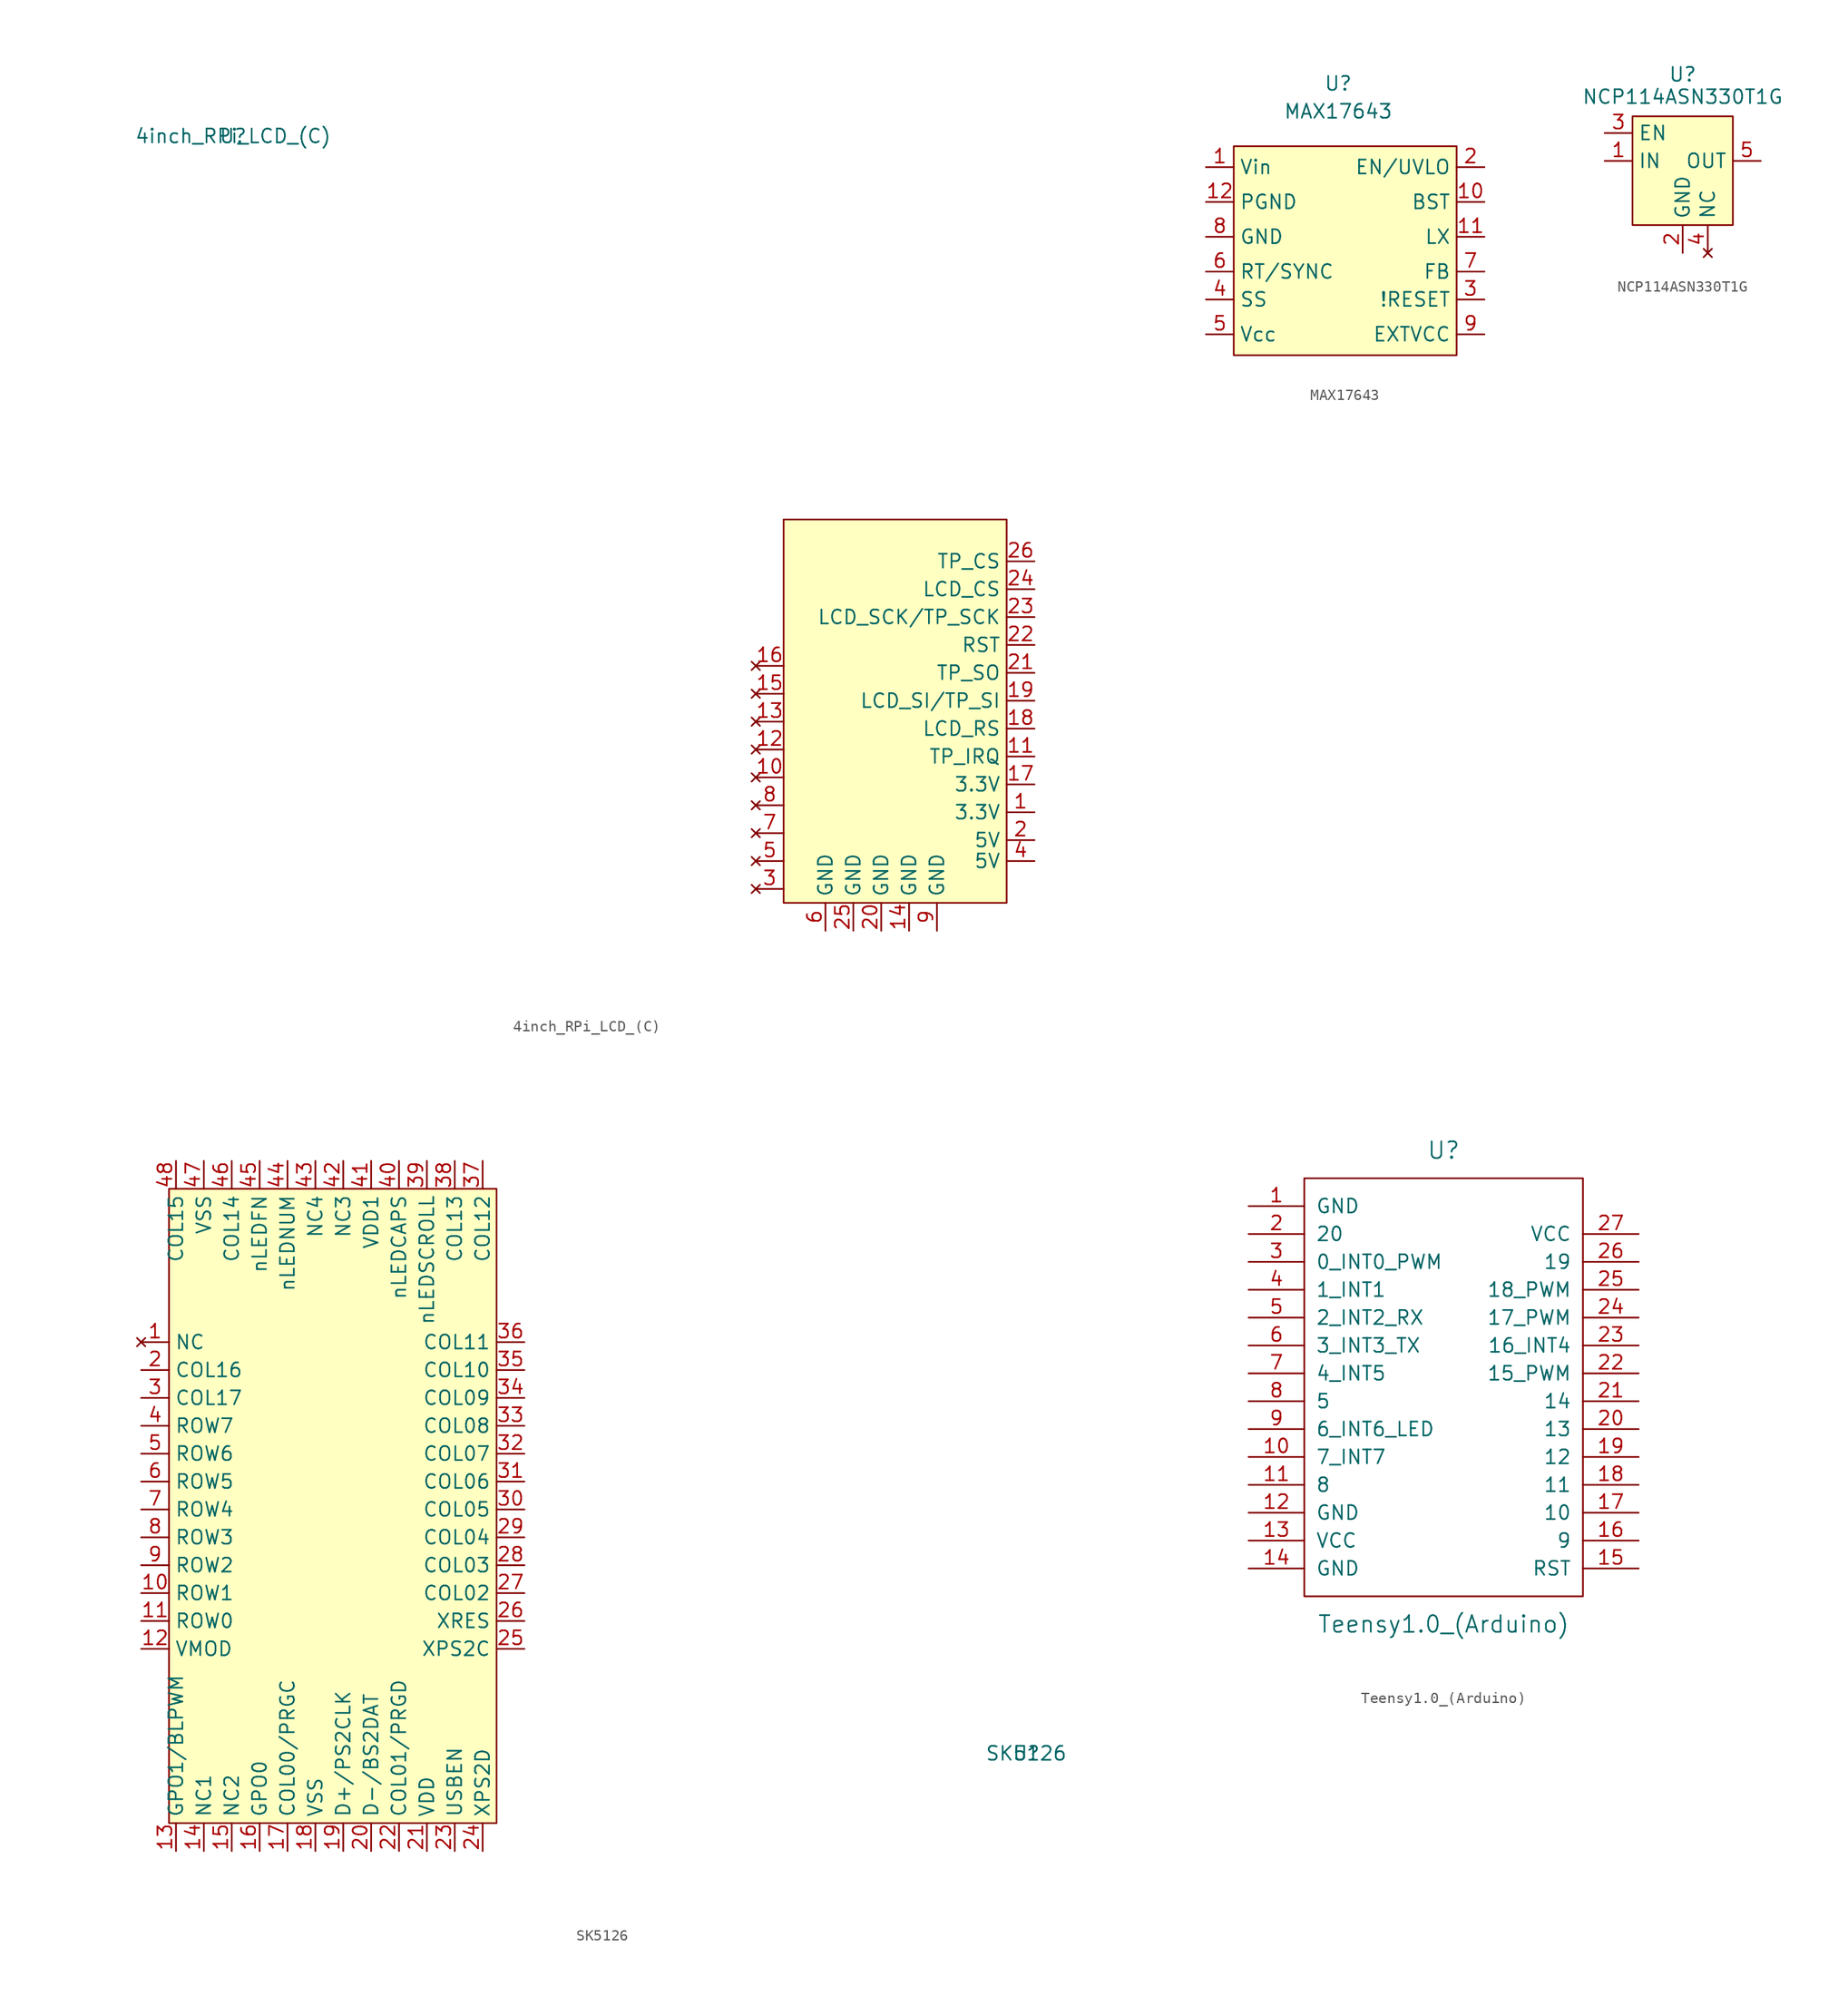
<source format=kicad_sym>
(kicad_symbol_lib
  (version 20201005)
  (generator kicad_symbol_editor)
  (symbol "teensy:4inch_RPi_LCD_(C)"
    (property "Reference" "U"
      (at -0.635 56.515 0)
      (effects (font (size 1.27 1.27))))
    (property "Value" "4inch_RPi_LCD_(C)"
      (at -0.635 56.515 0)
      (effects (font (size 1.27 1.27))))
    (symbol "4inch_RPi_LCD_(C)_0_0"
      (pin unspecified line (at 72.39 -5.08 180) (length 2.54) (name "3.3V" (effects (font (size 1.27 1.27)))) (number "1" (effects (font (size 1.27 1.27)))))
      (pin no_connect line (at 46.99 -1.905 0) (length 2.54) (name "" (effects (font (size 1.27 1.27)))) (number "10" (effects (font (size 1.27 1.27)))))
      (pin unspecified line (at 72.39 0 180) (length 2.54) (name "TP_IRQ" (effects (font (size 1.27 1.27)))) (number "11" (effects (font (size 1.27 1.27)))))
      (pin no_connect line (at 46.99 0.635 0) (length 2.54) (name "" (effects (font (size 1.27 1.27)))) (number "12" (effects (font (size 1.27 1.27)))))
      (pin no_connect line (at 46.99 3.175 0) (length 2.54) (name "" (effects (font (size 1.27 1.27)))) (number "13" (effects (font (size 1.27 1.27)))))
      (pin unspecified line (at 60.96 -15.875 90) (length 2.54) (name "GND" (effects (font (size 1.27 1.27)))) (number "14" (effects (font (size 1.27 1.27)))))
      (pin no_connect line (at 46.99 5.715 0) (length 2.54) (name "" (effects (font (size 1.27 1.27)))) (number "15" (effects (font (size 1.27 1.27)))))
      (pin no_connect line (at 46.99 8.255 0) (length 2.54) (name "" (effects (font (size 1.27 1.27)))) (number "16" (effects (font (size 1.27 1.27)))))
      (pin unspecified line (at 72.39 -2.54 180) (length 2.54) (name "3.3V" (effects (font (size 1.27 1.27)))) (number "17" (effects (font (size 1.27 1.27)))))
      (pin unspecified line (at 72.39 2.54 180) (length 2.54) (name "LCD_RS" (effects (font (size 1.27 1.27)))) (number "18" (effects (font (size 1.27 1.27)))))
      (pin unspecified line (at 72.39 5.08 180) (length 2.54) (name "LCD_SI/TP_SI" (effects (font (size 1.27 1.27)))) (number "19" (effects (font (size 1.27 1.27)))))
      (pin unspecified line (at 72.39 -7.62 180) (length 2.54) (name "5V" (effects (font (size 1.27 1.27)))) (number "2" (effects (font (size 1.27 1.27)))))
      (pin unspecified line (at 58.42 -15.875 90) (length 2.54) (name "GND" (effects (font (size 1.27 1.27)))) (number "20" (effects (font (size 1.27 1.27)))))
      (pin unspecified line (at 72.39 7.62 180) (length 2.54) (name "TP_SO" (effects (font (size 1.27 1.27)))) (number "21" (effects (font (size 1.27 1.27)))))
      (pin unspecified line (at 72.39 10.16 180) (length 2.54) (name "RST" (effects (font (size 1.27 1.27)))) (number "22" (effects (font (size 1.27 1.27)))))
      (pin unspecified line (at 72.39 12.7 180) (length 2.54) (name "LCD_SCK/TP_SCK" (effects (font (size 1.27 1.27)))) (number "23" (effects (font (size 1.27 1.27)))))
      (pin unspecified line (at 72.39 15.24 180) (length 2.54) (name "LCD_CS" (effects (font (size 1.27 1.27)))) (number "24" (effects (font (size 1.27 1.27)))))
      (pin unspecified line (at 55.88 -15.875 90) (length 2.54) (name "GND" (effects (font (size 1.27 1.27)))) (number "25" (effects (font (size 1.27 1.27)))))
      (pin unspecified line (at 72.39 17.78 180) (length 2.54) (name "TP_CS" (effects (font (size 1.27 1.27)))) (number "26" (effects (font (size 1.27 1.27)))))
      (pin no_connect line (at 46.99 -12.065 0) (length 2.54) (name "" (effects (font (size 1.27 1.27)))) (number "3" (effects (font (size 1.27 1.27)))))
      (pin unspecified line (at 72.39 -9.525 180) (length 2.54) (name "5V" (effects (font (size 1.27 1.27)))) (number "4" (effects (font (size 1.27 1.27)))))
      (pin no_connect line (at 46.99 -9.525 0) (length 2.54) (name "" (effects (font (size 1.27 1.27)))) (number "5" (effects (font (size 1.27 1.27)))))
      (pin unspecified line (at 53.34 -15.875 90) (length 2.54) (name "GND" (effects (font (size 1.27 1.27)))) (number "6" (effects (font (size 1.27 1.27)))))
      (pin no_connect line (at 46.99 -6.985 0) (length 2.54) (name "" (effects (font (size 1.27 1.27)))) (number "7" (effects (font (size 1.27 1.27)))))
      (pin no_connect line (at 46.99 -4.445 0) (length 2.54) (name "" (effects (font (size 1.27 1.27)))) (number "8" (effects (font (size 1.27 1.27)))))
      (pin unspecified line (at 63.5 -15.875 90) (length 2.54) (name "GND" (effects (font (size 1.27 1.27)))) (number "9" (effects (font (size 1.27 1.27))))))
    (symbol "4inch_RPi_LCD_(C)_0_1"
      (rectangle (start 49.53 21.59) (end 69.85 -13.335) (stroke (width 0.152)) (fill (type background)))))
  (symbol "teensy:MAX17643"
    (property "Reference" "U"
      (at 0 16.51 0)
      (effects (font (size 1.27 1.27))))
    (property "Value" "MAX17643"
      (at 0 13.97 0)
      (effects (font (size 1.27 1.27))))
    (symbol "MAX17643_0_0"
      (pin input line (at -12.065 8.89 0) (length 2.54) (name "Vin" (effects (font (size 1.27 1.27)))) (number "1" (effects (font (size 1.27 1.27)))))
      (pin input line (at 13.335 5.715 180) (length 2.54) (name "BST" (effects (font (size 1.27 1.27)))) (number "10" (effects (font (size 1.27 1.27)))))
      (pin input line (at 13.335 2.54 180) (length 2.54) (name "LX" (effects (font (size 1.27 1.27)))) (number "11" (effects (font (size 1.27 1.27)))))
      (pin input line (at -12.065 5.715 0) (length 2.54) (name "PGND" (effects (font (size 1.27 1.27)))) (number "12" (effects (font (size 1.27 1.27)))))
      (pin input line (at 13.335 8.89 180) (length 2.54) (name "EN/UVLO" (effects (font (size 1.27 1.27)))) (number "2" (effects (font (size 1.27 1.27)))))
      (pin input line (at 13.335 -3.175 180) (length 2.54) (name "!RESET" (effects (font (size 1.27 1.27)))) (number "3" (effects (font (size 1.27 1.27)))))
      (pin input line (at -12.065 -3.175 0) (length 2.54) (name "SS" (effects (font (size 1.27 1.27)))) (number "4" (effects (font (size 1.27 1.27)))))
      (pin input line (at -12.065 -6.35 0) (length 2.54) (name "Vcc" (effects (font (size 1.27 1.27)))) (number "5" (effects (font (size 1.27 1.27)))))
      (pin input line (at -12.065 -0.635 0) (length 2.54) (name "RT/SYNC" (effects (font (size 1.27 1.27)))) (number "6" (effects (font (size 1.27 1.27)))))
      (pin input line (at 13.335 -0.635 180) (length 2.54) (name "FB" (effects (font (size 1.27 1.27)))) (number "7" (effects (font (size 1.27 1.27)))))
      (pin input line (at -12.065 2.54 0) (length 2.54) (name "GND" (effects (font (size 1.27 1.27)))) (number "8" (effects (font (size 1.27 1.27)))))
      (pin input line (at 13.335 -6.35 180) (length 2.54) (name "EXTVCC" (effects (font (size 1.27 1.27)))) (number "9" (effects (font (size 1.27 1.27))))))
    (symbol "MAX17643_0_1"
      (rectangle (start -9.525 10.795) (end 10.795 -8.255) (stroke (width 0.152)) (fill (type background)))))
  (symbol "teensy:NCP114ASN330T1G"
    (property "Reference" "U"
      (at 0 7.62 0)
      (effects (font (size 1.27 1.27))))
    (property "Value" "NCP114ASN330T1G"
      (at 0 5.588 0)
      (effects (font (size 1.27 1.27))))
    (symbol "NCP114ASN330T1G_0_0"
      (pin power_in line (at -7.112 -0.254 0) (length 2.54) (name "IN" (effects (font (size 1.27 1.27)))) (number "1" (effects (font (size 1.27 1.27)))))
      (pin bidirectional line (at 0 -8.636 90) (length 2.54) (name "GND" (effects (font (size 1.27 1.27)))) (number "2" (effects (font (size 1.27 1.27)))))
      (pin input line (at -7.112 2.286 0) (length 2.54) (name "EN" (effects (font (size 1.27 1.27)))) (number "3" (effects (font (size 1.27 1.27)))))
      (pin no_connect line (at 2.286 -8.636 90) (length 2.54) (name "NC" (effects (font (size 1.27 1.27)))) (number "4" (effects (font (size 1.27 1.27)))))
      (pin output line (at 7.112 -0.254 180) (length 2.54) (name "OUT" (effects (font (size 1.27 1.27)))) (number "5" (effects (font (size 1.27 1.27))))))
    (symbol "NCP114ASN330T1G_0_1"
      (rectangle (start -4.572 3.81) (end 4.572 -6.096) (stroke (width 0.152)) (fill (type background)))))
  (symbol "teensy:SK5126"
    (property "Reference" "U"
      (at 0 24.13 0)
      (effects (font (size 1.27 1.27))))
    (property "Value" "SK5126"
      (at 0 24.13 0)
      (effects (font (size 1.27 1.27))))
    (symbol "SK5126_0_0"
      (pin no_connect line (at -80.645 61.595 0) (length 2.54) (name "NC" (effects (font (size 1.27 1.27)))) (number "1" (effects (font (size 1.27 1.27)))))
      (pin unspecified line (at -80.645 38.735 0) (length 2.54) (name "ROW1" (effects (font (size 1.27 1.27)))) (number "10" (effects (font (size 1.27 1.27)))))
      (pin unspecified line (at -80.645 36.195 0) (length 2.54) (name "ROW0" (effects (font (size 1.27 1.27)))) (number "11" (effects (font (size 1.27 1.27)))))
      (pin unspecified line (at -80.645 33.655 0) (length 2.54) (name "VMOD" (effects (font (size 1.27 1.27)))) (number "12" (effects (font (size 1.27 1.27)))))
      (pin unspecified line (at -77.47 15.24 90) (length 2.54) (name "GPO1/BLPWM" (effects (font (size 1.27 1.27)))) (number "13" (effects (font (size 1.27 1.27)))))
      (pin unspecified line (at -74.93 15.24 90) (length 2.54) (name "NC1" (effects (font (size 1.27 1.27)))) (number "14" (effects (font (size 1.27 1.27)))))
      (pin unspecified line (at -72.39 15.24 90) (length 2.54) (name "NC2" (effects (font (size 1.27 1.27)))) (number "15" (effects (font (size 1.27 1.27)))))
      (pin unspecified line (at -69.85 15.24 90) (length 2.54) (name "GPO0" (effects (font (size 1.27 1.27)))) (number "16" (effects (font (size 1.27 1.27)))))
      (pin unspecified line (at -67.31 15.24 90) (length 2.54) (name "COL00/PRGC" (effects (font (size 1.27 1.27)))) (number "17" (effects (font (size 1.27 1.27)))))
      (pin unspecified line (at -64.77 15.24 90) (length 2.54) (name "VSS" (effects (font (size 1.27 1.27)))) (number "18" (effects (font (size 1.27 1.27)))))
      (pin unspecified line (at -62.23 15.24 90) (length 2.54) (name "D+/PS2CLK" (effects (font (size 1.27 1.27)))) (number "19" (effects (font (size 1.27 1.27)))))
      (pin unspecified line (at -80.645 59.055 0) (length 2.54) (name "COL16" (effects (font (size 1.27 1.27)))) (number "2" (effects (font (size 1.27 1.27)))))
      (pin unspecified line (at -59.69 15.24 90) (length 2.54) (name "D-/BS2DAT" (effects (font (size 1.27 1.27)))) (number "20" (effects (font (size 1.27 1.27)))))
      (pin unspecified line (at -54.61 15.24 90) (length 2.54) (name "VDD" (effects (font (size 1.27 1.27)))) (number "21" (effects (font (size 1.27 1.27)))))
      (pin unspecified line (at -57.15 15.24 90) (length 2.54) (name "COL01/PRGD" (effects (font (size 1.27 1.27)))) (number "22" (effects (font (size 1.27 1.27)))))
      (pin unspecified line (at -52.07 15.24 90) (length 2.54) (name "USBEN" (effects (font (size 1.27 1.27)))) (number "23" (effects (font (size 1.27 1.27)))))
      (pin unspecified line (at -49.53 15.24 90) (length 2.54) (name "XPS2D" (effects (font (size 1.27 1.27)))) (number "24" (effects (font (size 1.27 1.27)))))
      (pin unspecified line (at -45.72 33.655 180) (length 2.54) (name "XPS2C" (effects (font (size 1.27 1.27)))) (number "25" (effects (font (size 1.27 1.27)))))
      (pin unspecified line (at -45.72 36.195 180) (length 2.54) (name "XRES" (effects (font (size 1.27 1.27)))) (number "26" (effects (font (size 1.27 1.27)))))
      (pin unspecified line (at -45.72 38.735 180) (length 2.54) (name "COL02" (effects (font (size 1.27 1.27)))) (number "27" (effects (font (size 1.27 1.27)))))
      (pin unspecified line (at -45.72 41.275 180) (length 2.54) (name "COL03" (effects (font (size 1.27 1.27)))) (number "28" (effects (font (size 1.27 1.27)))))
      (pin unspecified line (at -45.72 43.815 180) (length 2.54) (name "COL04" (effects (font (size 1.27 1.27)))) (number "29" (effects (font (size 1.27 1.27)))))
      (pin unspecified line (at -80.645 56.515 0) (length 2.54) (name "COL17" (effects (font (size 1.27 1.27)))) (number "3" (effects (font (size 1.27 1.27)))))
      (pin unspecified line (at -45.72 46.355 180) (length 2.54) (name "COL05" (effects (font (size 1.27 1.27)))) (number "30" (effects (font (size 1.27 1.27)))))
      (pin unspecified line (at -45.72 48.895 180) (length 2.54) (name "COL06" (effects (font (size 1.27 1.27)))) (number "31" (effects (font (size 1.27 1.27)))))
      (pin unspecified line (at -45.72 51.435 180) (length 2.54) (name "COL07" (effects (font (size 1.27 1.27)))) (number "32" (effects (font (size 1.27 1.27)))))
      (pin unspecified line (at -45.72 53.975 180) (length 2.54) (name "COL08" (effects (font (size 1.27 1.27)))) (number "33" (effects (font (size 1.27 1.27)))))
      (pin unspecified line (at -45.72 56.515 180) (length 2.54) (name "COL09" (effects (font (size 1.27 1.27)))) (number "34" (effects (font (size 1.27 1.27)))))
      (pin unspecified line (at -45.72 59.055 180) (length 2.54) (name "COL10" (effects (font (size 1.27 1.27)))) (number "35" (effects (font (size 1.27 1.27)))))
      (pin unspecified line (at -45.72 61.595 180) (length 2.54) (name "COL11" (effects (font (size 1.27 1.27)))) (number "36" (effects (font (size 1.27 1.27)))))
      (pin unspecified line (at -49.53 78.105 270) (length 2.54) (name "COL12" (effects (font (size 1.27 1.27)))) (number "37" (effects (font (size 1.27 1.27)))))
      (pin unspecified line (at -52.07 78.105 270) (length 2.54) (name "COL13" (effects (font (size 1.27 1.27)))) (number "38" (effects (font (size 1.27 1.27)))))
      (pin unspecified line (at -54.61 78.105 270) (length 2.54) (name "nLEDSCROLL" (effects (font (size 1.27 1.27)))) (number "39" (effects (font (size 1.27 1.27)))))
      (pin unspecified line (at -80.645 53.975 0) (length 2.54) (name "ROW7" (effects (font (size 1.27 1.27)))) (number "4" (effects (font (size 1.27 1.27)))))
      (pin unspecified line (at -57.15 78.105 270) (length 2.54) (name "nLEDCAPS" (effects (font (size 1.27 1.27)))) (number "40" (effects (font (size 1.27 1.27)))))
      (pin unspecified line (at -59.69 78.105 270) (length 2.54) (name "VDD1" (effects (font (size 1.27 1.27)))) (number "41" (effects (font (size 1.27 1.27)))))
      (pin unspecified line (at -62.23 78.105 270) (length 2.54) (name "NC3" (effects (font (size 1.27 1.27)))) (number "42" (effects (font (size 1.27 1.27)))))
      (pin unspecified line (at -64.77 78.105 270) (length 2.54) (name "NC4" (effects (font (size 1.27 1.27)))) (number "43" (effects (font (size 1.27 1.27)))))
      (pin unspecified line (at -67.31 78.105 270) (length 2.54) (name "nLEDNUM" (effects (font (size 1.27 1.27)))) (number "44" (effects (font (size 1.27 1.27)))))
      (pin unspecified line (at -69.85 78.105 270) (length 2.54) (name "nLEDFN" (effects (font (size 1.27 1.27)))) (number "45" (effects (font (size 1.27 1.27)))))
      (pin unspecified line (at -72.39 78.105 270) (length 2.54) (name "COL14" (effects (font (size 1.27 1.27)))) (number "46" (effects (font (size 1.27 1.27)))))
      (pin unspecified line (at -74.93 78.105 270) (length 2.54) (name "VSS" (effects (font (size 1.27 1.27)))) (number "47" (effects (font (size 1.27 1.27)))))
      (pin unspecified line (at -77.47 78.105 270) (length 2.54) (name "COL15" (effects (font (size 1.27 1.27)))) (number "48" (effects (font (size 1.27 1.27)))))
      (pin unspecified line (at -80.645 51.435 0) (length 2.54) (name "ROW6" (effects (font (size 1.27 1.27)))) (number "5" (effects (font (size 1.27 1.27)))))
      (pin unspecified line (at -80.645 48.895 0) (length 2.54) (name "ROW5" (effects (font (size 1.27 1.27)))) (number "6" (effects (font (size 1.27 1.27)))))
      (pin unspecified line (at -80.645 46.355 0) (length 2.54) (name "ROW4" (effects (font (size 1.27 1.27)))) (number "7" (effects (font (size 1.27 1.27)))))
      (pin unspecified line (at -80.645 43.815 0) (length 2.54) (name "ROW3" (effects (font (size 1.27 1.27)))) (number "8" (effects (font (size 1.27 1.27)))))
      (pin unspecified line (at -80.645 41.275 0) (length 2.54) (name "ROW2" (effects (font (size 1.27 1.27)))) (number "9" (effects (font (size 1.27 1.27))))))
    (symbol "SK5126_0_1"
      (rectangle (start -78.105 75.565) (end -48.26 17.78) (stroke (width 0.152)) (fill (type background)))))
  (symbol "teensy:Teensy1.0_(Arduino)"
    (pin_names
      (offset 1.016))
    (property "Reference" "U"
      (at 0 21.59 0)
      (effects (font (size 1.524 1.524))))
    (property "Value" "Teensy1.0_(Arduino)"
      (at 0 -21.59 0)
      (effects (font (size 1.524 1.524))))
    (property "Footprint" ""
      (at 2.54 -21.59 0)
      (effects (font (size 1.524 1.524))))
    (property "Datasheet" ""
      (at 2.54 -21.59 0)
      (effects (font (size 1.524 1.524))))
    (symbol "Teensy1.0_(Arduino)_0_1"
      (rectangle (start -12.7 19.05) (end 12.7 -19.05) (stroke (width 0)) (fill (type none))))
    (symbol "Teensy1.0_(Arduino)_1_1"
      (pin power_in line (at -17.78 16.51 0) (length 5.08) (name "GND" (effects (font (size 1.27 1.27)))) (number "1" (effects (font (size 1.27 1.27)))))
      (pin bidirectional line (at -17.78 -6.35 0) (length 5.08) (name "7_INT7" (effects (font (size 1.27 1.27)))) (number "10" (effects (font (size 1.27 1.27)))))
      (pin bidirectional line (at -17.78 -8.89 0) (length 5.08) (name "8" (effects (font (size 1.27 1.27)))) (number "11" (effects (font (size 1.27 1.27)))))
      (pin power_in line (at -17.78 -11.43 0) (length 5.08) (name "GND" (effects (font (size 1.27 1.27)))) (number "12" (effects (font (size 1.27 1.27)))))
      (pin power_in line (at -17.78 -13.97 0) (length 5.08) (name "VCC" (effects (font (size 1.27 1.27)))) (number "13" (effects (font (size 1.27 1.27)))))
      (pin power_in line (at -17.78 -16.51 0) (length 5.08) (name "GND" (effects (font (size 1.27 1.27)))) (number "14" (effects (font (size 1.27 1.27)))))
      (pin input line (at 17.78 -16.51 180) (length 5.08) (name "RST" (effects (font (size 1.27 1.27)))) (number "15" (effects (font (size 1.27 1.27)))))
      (pin bidirectional line (at 17.78 -13.97 180) (length 5.08) (name "9" (effects (font (size 1.27 1.27)))) (number "16" (effects (font (size 1.27 1.27)))))
      (pin bidirectional line (at 17.78 -11.43 180) (length 5.08) (name "10" (effects (font (size 1.27 1.27)))) (number "17" (effects (font (size 1.27 1.27)))))
      (pin bidirectional line (at 17.78 -8.89 180) (length 5.08) (name "11" (effects (font (size 1.27 1.27)))) (number "18" (effects (font (size 1.27 1.27)))))
      (pin bidirectional line (at 17.78 -6.35 180) (length 5.08) (name "12" (effects (font (size 1.27 1.27)))) (number "19" (effects (font (size 1.27 1.27)))))
      (pin bidirectional line (at -17.78 13.97 0) (length 5.08) (name "20" (effects (font (size 1.27 1.27)))) (number "2" (effects (font (size 1.27 1.27)))))
      (pin bidirectional line (at 17.78 -3.81 180) (length 5.08) (name "13" (effects (font (size 1.27 1.27)))) (number "20" (effects (font (size 1.27 1.27)))))
      (pin bidirectional line (at 17.78 -1.27 180) (length 5.08) (name "14" (effects (font (size 1.27 1.27)))) (number "21" (effects (font (size 1.27 1.27)))))
      (pin bidirectional line (at 17.78 1.27 180) (length 5.08) (name "15_PWM" (effects (font (size 1.27 1.27)))) (number "22" (effects (font (size 1.27 1.27)))))
      (pin bidirectional line (at 17.78 3.81 180) (length 5.08) (name "16_INT4" (effects (font (size 1.27 1.27)))) (number "23" (effects (font (size 1.27 1.27)))))
      (pin bidirectional line (at 17.78 6.35 180) (length 5.08) (name "17_PWM" (effects (font (size 1.27 1.27)))) (number "24" (effects (font (size 1.27 1.27)))))
      (pin bidirectional line (at 17.78 8.89 180) (length 5.08) (name "18_PWM" (effects (font (size 1.27 1.27)))) (number "25" (effects (font (size 1.27 1.27)))))
      (pin bidirectional line (at 17.78 11.43 180) (length 5.08) (name "19" (effects (font (size 1.27 1.27)))) (number "26" (effects (font (size 1.27 1.27)))))
      (pin power_in line (at 17.78 13.97 180) (length 5.08) (name "VCC" (effects (font (size 1.27 1.27)))) (number "27" (effects (font (size 1.27 1.27)))))
      (pin bidirectional line (at -17.78 11.43 0) (length 5.08) (name "0_INT0_PWM" (effects (font (size 1.27 1.27)))) (number "3" (effects (font (size 1.27 1.27)))))
      (pin bidirectional line (at -17.78 8.89 0) (length 5.08) (name "1_INT1" (effects (font (size 1.27 1.27)))) (number "4" (effects (font (size 1.27 1.27)))))
      (pin bidirectional line (at -17.78 6.35 0) (length 5.08) (name "2_INT2_RX" (effects (font (size 1.27 1.27)))) (number "5" (effects (font (size 1.27 1.27)))))
      (pin bidirectional line (at -17.78 3.81 0) (length 5.08) (name "3_INT3_TX" (effects (font (size 1.27 1.27)))) (number "6" (effects (font (size 1.27 1.27)))))
      (pin bidirectional line (at -17.78 1.27 0) (length 5.08) (name "4_INT5" (effects (font (size 1.27 1.27)))) (number "7" (effects (font (size 1.27 1.27)))))
      (pin bidirectional line (at -17.78 -1.27 0) (length 5.08) (name "5" (effects (font (size 1.27 1.27)))) (number "8" (effects (font (size 1.27 1.27)))))
      (pin bidirectional line (at -17.78 -3.81 0) (length 5.08) (name "6_INT6_LED" (effects (font (size 1.27 1.27)))) (number "9" (effects (font (size 1.27 1.27))))))))
</source>
